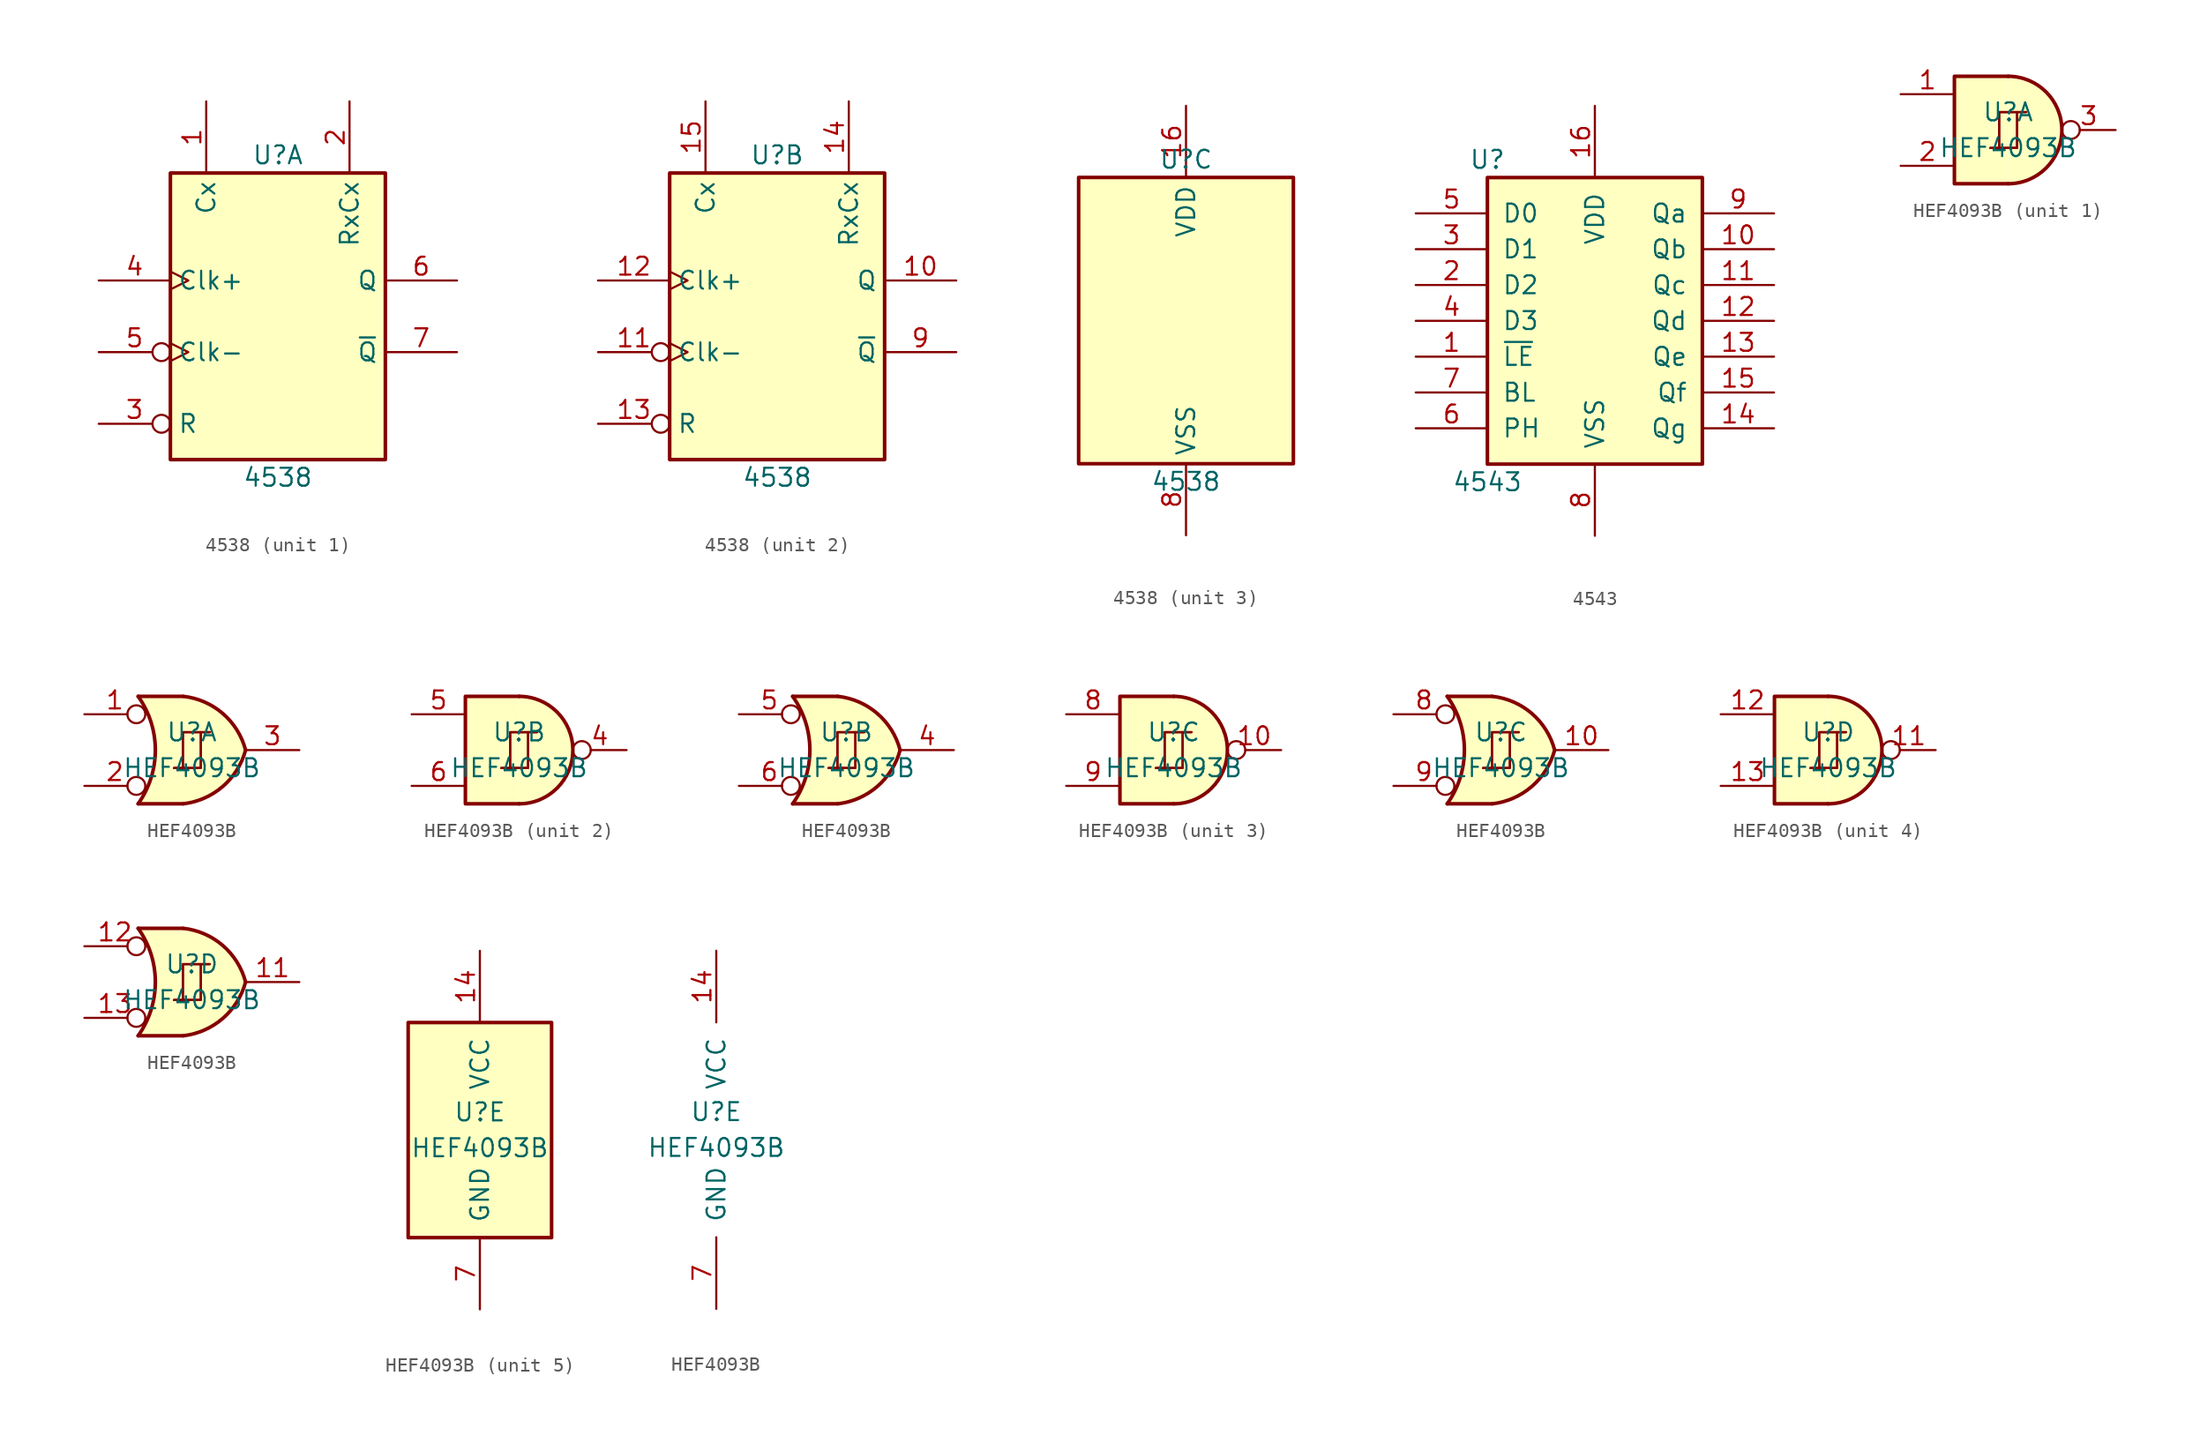
<source format=kicad_sym>
(kicad_symbol_lib
  (version 20241209)
  (generator "kicad_symbol_editor")
  (generator_version "9.0")
  (symbol "4538"
    (property "Reference" "U"
      (at 0 11.43 0)
      (effects (font (size 1.27 1.27))))
    (property "Value" "4538"
      (at 0 -11.43 0)
      (effects (font (size 1.27 1.27))))
    (property "ki_locked" ""
      (at 0 0 0)
      (effects (font (size 1.27 1.27))))
    (symbol "4538_1_0"
      (pin input clock (at -12.7 2.54 0) (length 5.08) (name "Clk+" (effects (font (size 1.27 1.27)))) (number "4" (effects (font (size 1.27 1.27)))))
      (pin input inverted_clock (at -12.7 -2.54 0) (length 5.08) (name "Clk-" (effects (font (size 1.27 1.27)))) (number "5" (effects (font (size 1.27 1.27)))))
      (pin input inverted (at -12.7 -7.62 0) (length 5.08) (name "R" (effects (font (size 1.27 1.27)))) (number "3" (effects (font (size 1.27 1.27)))))
      (pin input line (at -5.08 15.24 270) (length 5.08) (name "Cx" (effects (font (size 1.27 1.27)))) (number "1" (effects (font (size 1.27 1.27)))))
      (pin input line (at 5.08 15.24 270) (length 5.08) (name "RxCx" (effects (font (size 1.27 1.27)))) (number "2" (effects (font (size 1.27 1.27)))))
      (pin output line (at 12.7 2.54 180) (length 5.08) (name "Q" (effects (font (size 1.27 1.27)))) (number "6" (effects (font (size 1.27 1.27)))))
      (pin output line (at 12.7 -2.54 180) (length 5.08) (name "~{Q}" (effects (font (size 1.27 1.27)))) (number "7" (effects (font (size 1.27 1.27))))))
    (symbol "4538_1_1"
      (rectangle (start -7.62 10.16) (end 7.62 -10.16) (stroke (width 0.254) (type default)) (fill (type background))))
    (symbol "4538_2_0"
      (pin input clock (at -12.7 2.54 0) (length 5.08) (name "Clk+" (effects (font (size 1.27 1.27)))) (number "12" (effects (font (size 1.27 1.27)))))
      (pin input inverted_clock (at -12.7 -2.54 0) (length 5.08) (name "Clk-" (effects (font (size 1.27 1.27)))) (number "11" (effects (font (size 1.27 1.27)))))
      (pin input inverted (at -12.7 -7.62 0) (length 5.08) (name "R" (effects (font (size 1.27 1.27)))) (number "13" (effects (font (size 1.27 1.27)))))
      (pin input line (at -5.08 15.24 270) (length 5.08) (name "Cx" (effects (font (size 1.27 1.27)))) (number "15" (effects (font (size 1.27 1.27)))))
      (pin input line (at 5.08 15.24 270) (length 5.08) (name "RxCx" (effects (font (size 1.27 1.27)))) (number "14" (effects (font (size 1.27 1.27)))))
      (pin output line (at 12.7 2.54 180) (length 5.08) (name "Q" (effects (font (size 1.27 1.27)))) (number "10" (effects (font (size 1.27 1.27)))))
      (pin output line (at 12.7 -2.54 180) (length 5.08) (name "~{Q}" (effects (font (size 1.27 1.27)))) (number "9" (effects (font (size 1.27 1.27))))))
    (symbol "4538_2_1"
      (rectangle (start -7.62 10.16) (end 7.62 -10.16) (stroke (width 0.254) (type default)) (fill (type background))))
    (symbol "4538_3_0"
      (pin power_in line (at 0 15.24 270) (length 5.08) (name "VDD" (effects (font (size 1.27 1.27)))) (number "16" (effects (font (size 1.27 1.27)))))
      (pin power_in line (at 0 -15.24 90) (length 5.08) (name "VSS" (effects (font (size 1.27 1.27)))) (number "8" (effects (font (size 1.27 1.27))))))
    (symbol "4538_3_1"
      (rectangle (start -7.62 10.16) (end 7.62 -10.16) (stroke (width 0.254) (type default)) (fill (type background)))))
  (symbol "4543"
    (pin_names
      (offset 1.016))
    (property "Reference" "U"
      (at -7.62 11.43 0)
      (effects (font (size 1.27 1.27))))
    (property "Value" "4543"
      (at -7.62 -11.43 0)
      (effects (font (size 1.27 1.27))))
    (property "ki_locked" ""
      (at 0 0 0)
      (effects (font (size 1.27 1.27))))
    (symbol "4543_1_0"
      (pin input line (at -12.7 7.62 0) (length 5.08) (name "D0" (effects (font (size 1.27 1.27)))) (number "5" (effects (font (size 1.27 1.27)))))
      (pin input line (at -12.7 5.08 0) (length 5.08) (name "D1" (effects (font (size 1.27 1.27)))) (number "3" (effects (font (size 1.27 1.27)))))
      (pin input line (at -12.7 2.54 0) (length 5.08) (name "D2" (effects (font (size 1.27 1.27)))) (number "2" (effects (font (size 1.27 1.27)))))
      (pin input line (at -12.7 0 0) (length 5.08) (name "D3" (effects (font (size 1.27 1.27)))) (number "4" (effects (font (size 1.27 1.27)))))
      (pin input line (at -12.7 -2.54 0) (length 5.08) (name "~{LE}" (effects (font (size 1.27 1.27)))) (number "1" (effects (font (size 1.27 1.27)))))
      (pin input line (at -12.7 -5.08 0) (length 5.08) (name "BL" (effects (font (size 1.27 1.27)))) (number "7" (effects (font (size 1.27 1.27)))))
      (pin input line (at -12.7 -7.62 0) (length 5.08) (name "PH" (effects (font (size 1.27 1.27)))) (number "6" (effects (font (size 1.27 1.27)))))
      (pin power_in line (at 0 15.24 270) (length 5.08) (name "VDD" (effects (font (size 1.27 1.27)))) (number "16" (effects (font (size 1.27 1.27)))))
      (pin power_in line (at 0 -15.24 90) (length 5.08) (name "VSS" (effects (font (size 1.27 1.27)))) (number "8" (effects (font (size 1.27 1.27)))))
      (pin output line (at 12.7 7.62 180) (length 5.08) (name "Qa" (effects (font (size 1.27 1.27)))) (number "9" (effects (font (size 1.27 1.27)))))
      (pin output line (at 12.7 5.08 180) (length 5.08) (name "Qb" (effects (font (size 1.27 1.27)))) (number "10" (effects (font (size 1.27 1.27)))))
      (pin output line (at 12.7 2.54 180) (length 5.08) (name "Qc" (effects (font (size 1.27 1.27)))) (number "11" (effects (font (size 1.27 1.27)))))
      (pin output line (at 12.7 0 180) (length 5.08) (name "Qd" (effects (font (size 1.27 1.27)))) (number "12" (effects (font (size 1.27 1.27)))))
      (pin output line (at 12.7 -2.54 180) (length 5.08) (name "Qe" (effects (font (size 1.27 1.27)))) (number "13" (effects (font (size 1.27 1.27)))))
      (pin output line (at 12.7 -5.08 180) (length 5.08) (name "Qf" (effects (font (size 1.27 1.27)))) (number "15" (effects (font (size 1.27 1.27)))))
      (pin output line (at 12.7 -7.62 180) (length 5.08) (name "Qg" (effects (font (size 1.27 1.27)))) (number "14" (effects (font (size 1.27 1.27))))))
    (symbol "4543_1_1"
      (rectangle (start -7.62 10.16) (end 7.62 -10.16) (stroke (width 0.254) (type default)) (fill (type background)))))
  (symbol "HEF4093B"
    (pin_names
      (offset 1.016))
    (property "Reference" "U"
      (at 0 1.27 0)
      (effects (font (size 1.27 1.27))))
    (property "Value" "HEF4093B"
      (at 0 -1.27 0)
      (effects (font (size 1.27 1.27))))
    (property "ki_locked" ""
      (at 0 0 0)
      (effects (font (size 1.27 1.27))))
    (symbol "HEF4093B_1_0"
      (polyline (pts (xy -1.27 -1.27) (xy 0.635 -1.27) (xy 0.635 1.27) (xy 1.27 1.27)) (stroke (width 0) (type default)) (fill (type none)))
      (polyline (pts (xy -1.27 -1.27) (xy 0.635 -1.27) (xy 0.635 1.27) (xy 1.27 1.27)) (stroke (width 0) (type default)) (fill (type none)))
      (polyline (pts (xy -0.635 -1.27) (xy -0.635 1.27) (xy 0.635 1.27)) (stroke (width 0) (type default)) (fill (type none)))
      (polyline (pts (xy -0.635 -1.27) (xy -0.635 1.27) (xy 0.635 1.27)) (stroke (width 0) (type default)) (fill (type none))))
    (symbol "HEF4093B_1_1"
      (arc (start 0 3.81) (mid 3.7934 0) (end 0 -3.81) (stroke (width 0.254) (type default)) (fill (type background)))
      (polyline (pts (xy 0 3.81) (xy -3.81 3.81) (xy -3.81 -3.81) (xy 0 -3.81)) (stroke (width 0.254) (type default)) (fill (type background)))
      (pin input line (at -7.62 2.54 0) (length 3.81) (name "~" (effects (font (size 1.27 1.27)))) (number "1" (effects (font (size 1.27 1.27)))))
      (pin input line (at -7.62 -2.54 0) (length 3.81) (name "~" (effects (font (size 1.27 1.27)))) (number "2" (effects (font (size 1.27 1.27)))))
      (pin output inverted (at 7.62 0 180) (length 3.81) (name "~" (effects (font (size 1.27 1.27)))) (number "3" (effects (font (size 1.27 1.27))))))
    (symbol "HEF4093B_1_2"
      (arc (start -3.81 3.81) (mid -2.589 0) (end -3.81 -3.81) (stroke (width 0.254) (type default)) (fill (type none)))
      (polyline (pts (xy -3.81 3.81) (xy -0.635 3.81)) (stroke (width 0.254) (type default)) (fill (type background)))
      (polyline (pts (xy -3.81 -3.81) (xy -0.635 -3.81)) (stroke (width 0.254) (type default)) (fill (type background)))
      (arc (start 3.81 0) (mid 2.1855 -2.584) (end -0.6096 -3.81) (stroke (width 0.254) (type default)) (fill (type background)))
      (arc (start -0.6096 3.81) (mid 2.1928 2.5924) (end 3.81 0) (stroke (width 0.254) (type default)) (fill (type background)))
      (polyline (pts (xy -0.635 3.81) (xy -3.81 3.81) (xy -3.81 3.81) (xy -3.556 3.404) (xy -3.023 2.261) (xy -2.692 1.041) (xy -2.616 -0.254) (xy -2.769 -1.499) (xy -3.175 -2.718) (xy -3.81 -3.81) (xy -3.81 -3.81) (xy -0.635 -3.81)) (stroke (width -25.4) (type default)) (fill (type background)))
      (pin input inverted (at -7.62 2.54 0) (length 4.318) (name "~" (effects (font (size 1.27 1.27)))) (number "1" (effects (font (size 1.27 1.27)))))
      (pin input inverted (at -7.62 -2.54 0) (length 4.318) (name "~" (effects (font (size 1.27 1.27)))) (number "2" (effects (font (size 1.27 1.27)))))
      (pin output line (at 7.62 0 180) (length 3.81) (name "~" (effects (font (size 1.27 1.27)))) (number "3" (effects (font (size 1.27 1.27))))))
    (symbol "HEF4093B_2_0"
      (polyline (pts (xy -1.27 -1.27) (xy 0.635 -1.27) (xy 0.635 1.27) (xy 1.27 1.27)) (stroke (width 0) (type default)) (fill (type none)))
      (polyline (pts (xy -1.27 -1.27) (xy 0.635 -1.27) (xy 0.635 1.27) (xy 1.27 1.27)) (stroke (width 0) (type default)) (fill (type none)))
      (polyline (pts (xy -0.635 -1.27) (xy -0.635 1.27) (xy 0.635 1.27)) (stroke (width 0) (type default)) (fill (type none)))
      (polyline (pts (xy -0.635 -1.27) (xy -0.635 1.27) (xy 0.635 1.27)) (stroke (width 0) (type default)) (fill (type none))))
    (symbol "HEF4093B_2_1"
      (arc (start 0 3.81) (mid 3.7934 0) (end 0 -3.81) (stroke (width 0.254) (type default)) (fill (type background)))
      (polyline (pts (xy 0 3.81) (xy -3.81 3.81) (xy -3.81 -3.81) (xy 0 -3.81)) (stroke (width 0.254) (type default)) (fill (type background)))
      (pin input line (at -7.62 2.54 0) (length 3.81) (name "~" (effects (font (size 1.27 1.27)))) (number "5" (effects (font (size 1.27 1.27)))))
      (pin input line (at -7.62 -2.54 0) (length 3.81) (name "~" (effects (font (size 1.27 1.27)))) (number "6" (effects (font (size 1.27 1.27)))))
      (pin output inverted (at 7.62 0 180) (length 3.81) (name "~" (effects (font (size 1.27 1.27)))) (number "4" (effects (font (size 1.27 1.27))))))
    (symbol "HEF4093B_2_2"
      (arc (start -3.81 3.81) (mid -2.589 0) (end -3.81 -3.81) (stroke (width 0.254) (type default)) (fill (type none)))
      (polyline (pts (xy -3.81 3.81) (xy -0.635 3.81)) (stroke (width 0.254) (type default)) (fill (type background)))
      (polyline (pts (xy -3.81 -3.81) (xy -0.635 -3.81)) (stroke (width 0.254) (type default)) (fill (type background)))
      (arc (start 3.81 0) (mid 2.1855 -2.584) (end -0.6096 -3.81) (stroke (width 0.254) (type default)) (fill (type background)))
      (arc (start -0.6096 3.81) (mid 2.1928 2.5924) (end 3.81 0) (stroke (width 0.254) (type default)) (fill (type background)))
      (polyline (pts (xy -0.635 3.81) (xy -3.81 3.81) (xy -3.81 3.81) (xy -3.556 3.404) (xy -3.023 2.261) (xy -2.692 1.041) (xy -2.616 -0.254) (xy -2.769 -1.499) (xy -3.175 -2.718) (xy -3.81 -3.81) (xy -3.81 -3.81) (xy -0.635 -3.81)) (stroke (width -25.4) (type default)) (fill (type background)))
      (pin input inverted (at -7.62 2.54 0) (length 4.318) (name "~" (effects (font (size 1.27 1.27)))) (number "5" (effects (font (size 1.27 1.27)))))
      (pin input inverted (at -7.62 -2.54 0) (length 4.318) (name "~" (effects (font (size 1.27 1.27)))) (number "6" (effects (font (size 1.27 1.27)))))
      (pin output line (at 7.62 0 180) (length 3.81) (name "~" (effects (font (size 1.27 1.27)))) (number "4" (effects (font (size 1.27 1.27))))))
    (symbol "HEF4093B_3_0"
      (polyline (pts (xy -1.27 -1.27) (xy 0.635 -1.27) (xy 0.635 1.27) (xy 1.27 1.27)) (stroke (width 0) (type default)) (fill (type none)))
      (polyline (pts (xy -1.27 -1.27) (xy 0.635 -1.27) (xy 0.635 1.27) (xy 1.27 1.27)) (stroke (width 0) (type default)) (fill (type none)))
      (polyline (pts (xy -0.635 -1.27) (xy -0.635 1.27) (xy 0.635 1.27)) (stroke (width 0) (type default)) (fill (type none)))
      (polyline (pts (xy -0.635 -1.27) (xy -0.635 1.27) (xy 0.635 1.27)) (stroke (width 0) (type default)) (fill (type none))))
    (symbol "HEF4093B_3_1"
      (arc (start 0 3.81) (mid 3.7934 0) (end 0 -3.81) (stroke (width 0.254) (type default)) (fill (type background)))
      (polyline (pts (xy 0 3.81) (xy -3.81 3.81) (xy -3.81 -3.81) (xy 0 -3.81)) (stroke (width 0.254) (type default)) (fill (type background)))
      (pin input line (at -7.62 2.54 0) (length 3.81) (name "~" (effects (font (size 1.27 1.27)))) (number "8" (effects (font (size 1.27 1.27)))))
      (pin input line (at -7.62 -2.54 0) (length 3.81) (name "~" (effects (font (size 1.27 1.27)))) (number "9" (effects (font (size 1.27 1.27)))))
      (pin output inverted (at 7.62 0 180) (length 3.81) (name "~" (effects (font (size 1.27 1.27)))) (number "10" (effects (font (size 1.27 1.27))))))
    (symbol "HEF4093B_3_2"
      (arc (start -3.81 3.81) (mid -2.589 0) (end -3.81 -3.81) (stroke (width 0.254) (type default)) (fill (type none)))
      (polyline (pts (xy -3.81 3.81) (xy -0.635 3.81)) (stroke (width 0.254) (type default)) (fill (type background)))
      (polyline (pts (xy -3.81 -3.81) (xy -0.635 -3.81)) (stroke (width 0.254) (type default)) (fill (type background)))
      (arc (start 3.81 0) (mid 2.1855 -2.584) (end -0.6096 -3.81) (stroke (width 0.254) (type default)) (fill (type background)))
      (arc (start -0.6096 3.81) (mid 2.1928 2.5924) (end 3.81 0) (stroke (width 0.254) (type default)) (fill (type background)))
      (polyline (pts (xy -0.635 3.81) (xy -3.81 3.81) (xy -3.81 3.81) (xy -3.556 3.404) (xy -3.023 2.261) (xy -2.692 1.041) (xy -2.616 -0.254) (xy -2.769 -1.499) (xy -3.175 -2.718) (xy -3.81 -3.81) (xy -3.81 -3.81) (xy -0.635 -3.81)) (stroke (width -25.4) (type default)) (fill (type background)))
      (pin input inverted (at -7.62 2.54 0) (length 4.318) (name "~" (effects (font (size 1.27 1.27)))) (number "8" (effects (font (size 1.27 1.27)))))
      (pin input inverted (at -7.62 -2.54 0) (length 4.318) (name "~" (effects (font (size 1.27 1.27)))) (number "9" (effects (font (size 1.27 1.27)))))
      (pin output line (at 7.62 0 180) (length 3.81) (name "~" (effects (font (size 1.27 1.27)))) (number "10" (effects (font (size 1.27 1.27))))))
    (symbol "HEF4093B_4_0"
      (polyline (pts (xy -1.27 -1.27) (xy 0.635 -1.27) (xy 0.635 1.27) (xy 1.27 1.27)) (stroke (width 0) (type default)) (fill (type none)))
      (polyline (pts (xy -1.27 -1.27) (xy 0.635 -1.27) (xy 0.635 1.27) (xy 1.27 1.27)) (stroke (width 0) (type default)) (fill (type none)))
      (polyline (pts (xy -0.635 -1.27) (xy -0.635 1.27) (xy 0.635 1.27)) (stroke (width 0) (type default)) (fill (type none)))
      (polyline (pts (xy -0.635 -1.27) (xy -0.635 1.27) (xy 0.635 1.27)) (stroke (width 0) (type default)) (fill (type none))))
    (symbol "HEF4093B_4_1"
      (arc (start 0 3.81) (mid 3.7934 0) (end 0 -3.81) (stroke (width 0.254) (type default)) (fill (type background)))
      (polyline (pts (xy 0 3.81) (xy -3.81 3.81) (xy -3.81 -3.81) (xy 0 -3.81)) (stroke (width 0.254) (type default)) (fill (type background)))
      (pin input line (at -7.62 2.54 0) (length 3.81) (name "~" (effects (font (size 1.27 1.27)))) (number "12" (effects (font (size 1.27 1.27)))))
      (pin input line (at -7.62 -2.54 0) (length 3.81) (name "~" (effects (font (size 1.27 1.27)))) (number "13" (effects (font (size 1.27 1.27)))))
      (pin output inverted (at 7.62 0 180) (length 3.81) (name "~" (effects (font (size 1.27 1.27)))) (number "11" (effects (font (size 1.27 1.27))))))
    (symbol "HEF4093B_4_2"
      (arc (start -3.81 3.81) (mid -2.589 0) (end -3.81 -3.81) (stroke (width 0.254) (type default)) (fill (type none)))
      (polyline (pts (xy -3.81 3.81) (xy -0.635 3.81)) (stroke (width 0.254) (type default)) (fill (type background)))
      (polyline (pts (xy -3.81 -3.81) (xy -0.635 -3.81)) (stroke (width 0.254) (type default)) (fill (type background)))
      (arc (start 3.81 0) (mid 2.1855 -2.584) (end -0.6096 -3.81) (stroke (width 0.254) (type default)) (fill (type background)))
      (arc (start -0.6096 3.81) (mid 2.1928 2.5924) (end 3.81 0) (stroke (width 0.254) (type default)) (fill (type background)))
      (polyline (pts (xy -0.635 3.81) (xy -3.81 3.81) (xy -3.81 3.81) (xy -3.556 3.404) (xy -3.023 2.261) (xy -2.692 1.041) (xy -2.616 -0.254) (xy -2.769 -1.499) (xy -3.175 -2.718) (xy -3.81 -3.81) (xy -3.81 -3.81) (xy -0.635 -3.81)) (stroke (width -25.4) (type default)) (fill (type background)))
      (pin input inverted (at -7.62 2.54 0) (length 4.318) (name "~" (effects (font (size 1.27 1.27)))) (number "12" (effects (font (size 1.27 1.27)))))
      (pin input inverted (at -7.62 -2.54 0) (length 4.318) (name "~" (effects (font (size 1.27 1.27)))) (number "13" (effects (font (size 1.27 1.27)))))
      (pin output line (at 7.62 0 180) (length 3.81) (name "~" (effects (font (size 1.27 1.27)))) (number "11" (effects (font (size 1.27 1.27))))))
    (symbol "HEF4093B_5_0"
      (pin power_in line (at 0 12.7 270) (length 5.08) (name "VCC" (effects (font (size 1.27 1.27)))) (number "14" (effects (font (size 1.27 1.27)))))
      (pin power_in line (at 0 -12.7 90) (length 5.08) (name "GND" (effects (font (size 1.27 1.27)))) (number "7" (effects (font (size 1.27 1.27))))))
    (symbol "HEF4093B_5_1"
      (rectangle (start -5.08 7.62) (end 5.08 -7.62) (stroke (width 0.254) (type default)) (fill (type background))))))
</source>
